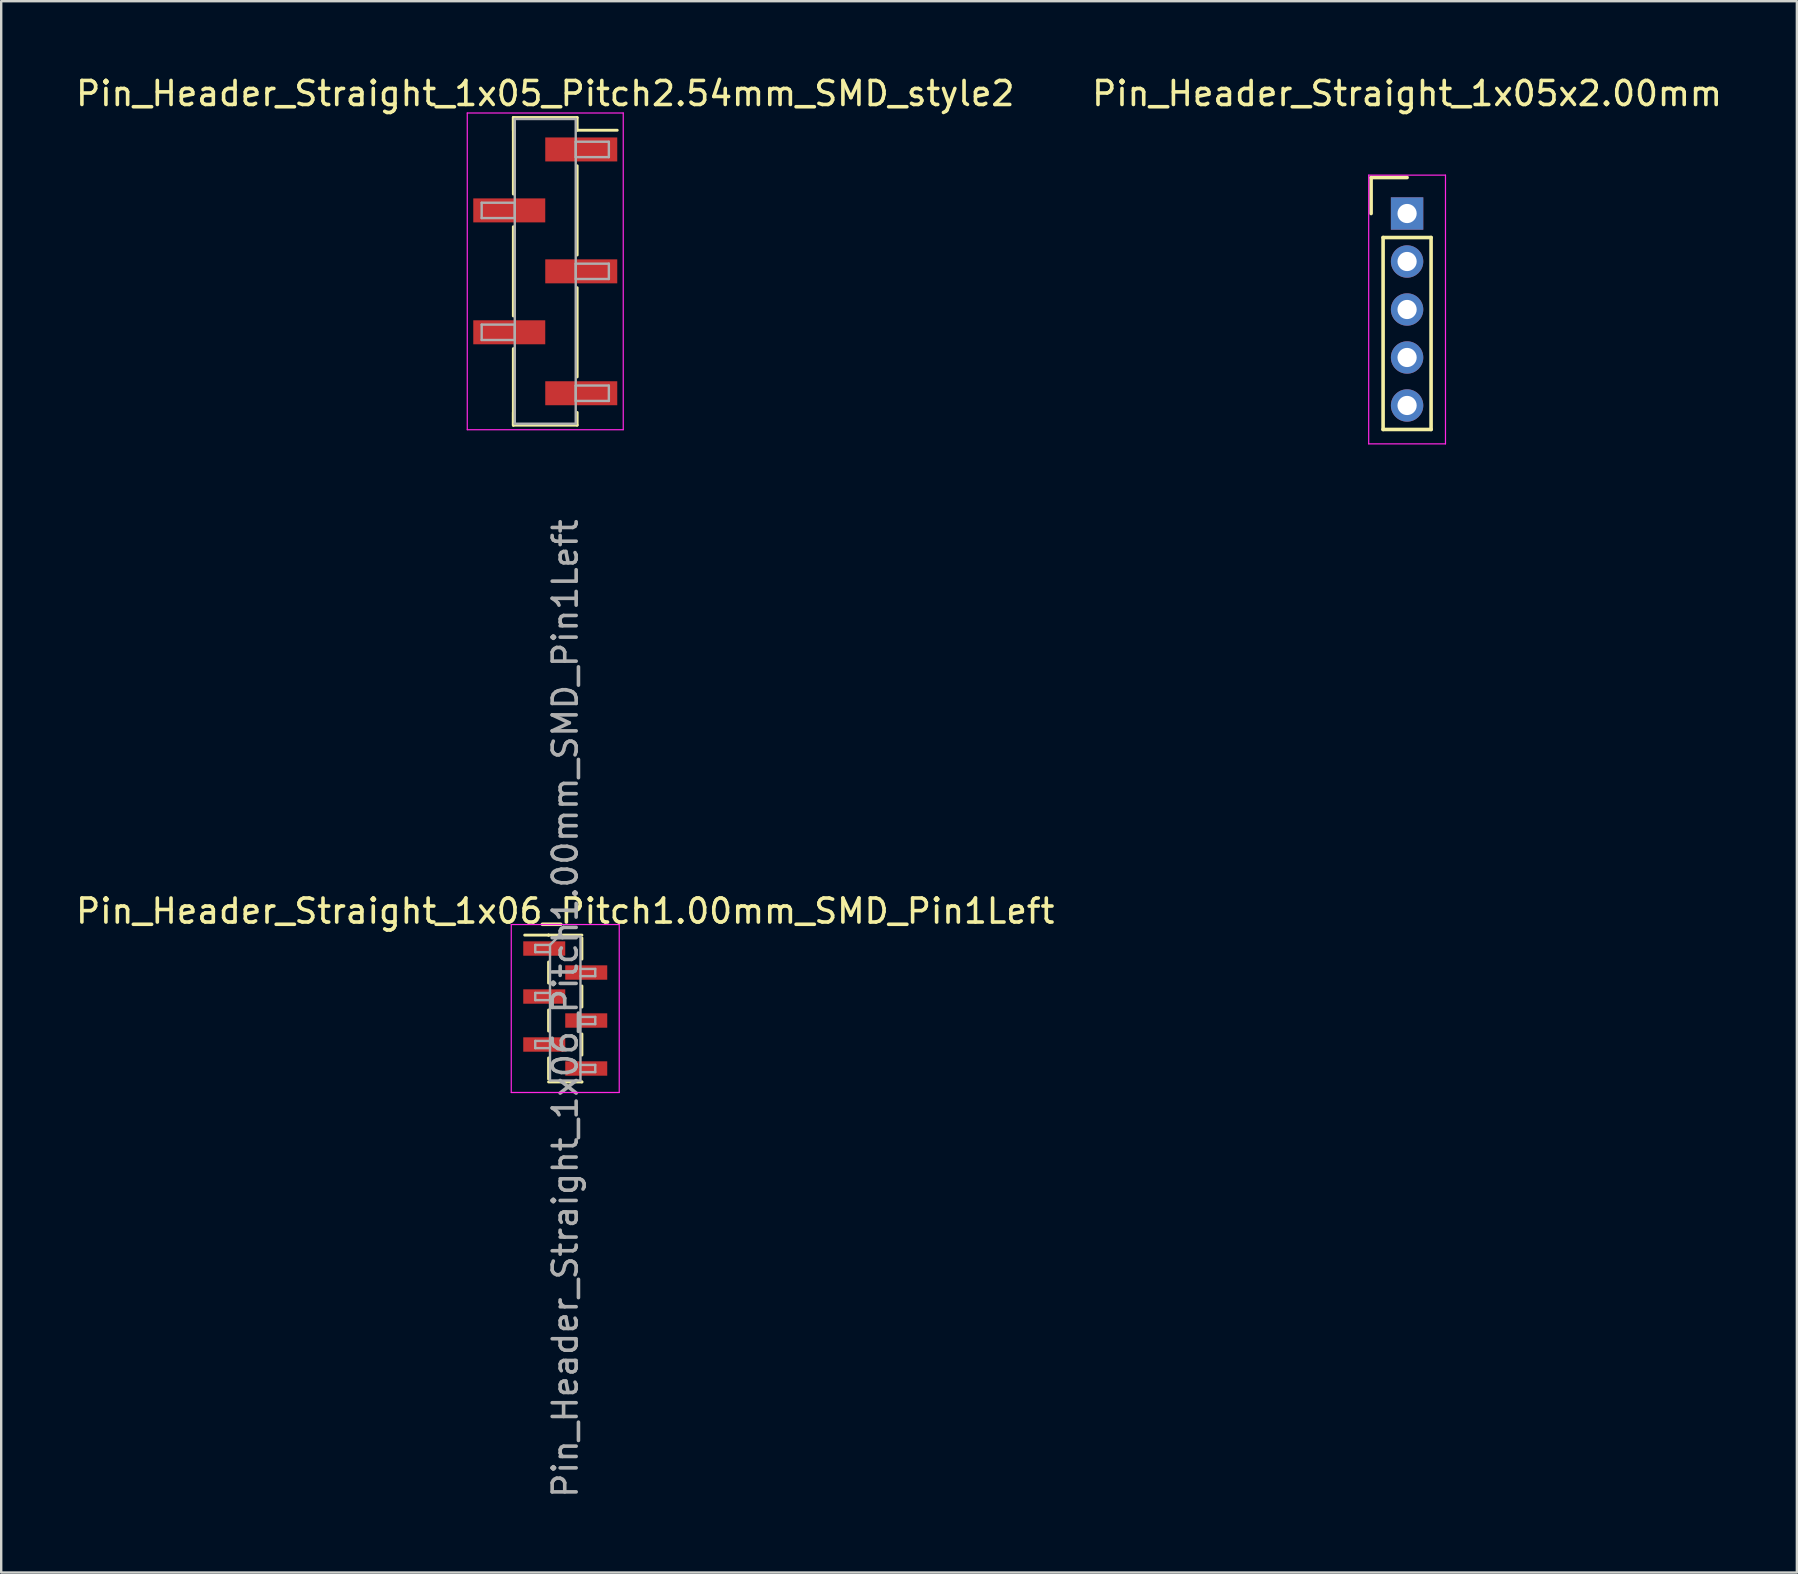
<source format=kicad_pcb>
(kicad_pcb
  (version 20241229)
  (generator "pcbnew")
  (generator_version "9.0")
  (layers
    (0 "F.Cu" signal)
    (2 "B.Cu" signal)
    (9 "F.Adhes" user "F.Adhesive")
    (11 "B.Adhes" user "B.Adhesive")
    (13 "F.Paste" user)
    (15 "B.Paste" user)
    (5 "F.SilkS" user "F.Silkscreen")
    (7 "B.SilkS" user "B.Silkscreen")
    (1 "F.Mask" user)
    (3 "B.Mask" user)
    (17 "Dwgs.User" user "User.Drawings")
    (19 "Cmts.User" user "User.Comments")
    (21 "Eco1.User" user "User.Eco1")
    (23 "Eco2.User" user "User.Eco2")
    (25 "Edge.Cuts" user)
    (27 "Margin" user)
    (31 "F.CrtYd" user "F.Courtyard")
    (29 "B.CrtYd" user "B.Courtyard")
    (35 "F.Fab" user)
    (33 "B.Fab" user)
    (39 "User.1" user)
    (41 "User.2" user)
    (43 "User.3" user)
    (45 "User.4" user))
  (footprint "Pin_Header_Straight_1x05_Pitch2.54mm_SMD_style2"
    (layer "F.Cu")
    (at 19.673 8.258)
    (property "Reference" "Pin_Header_Straight_1x05_Pitch2.54mm_SMD_style2" (at 0 -7.41 0) (layer "F.SilkS") (effects (font (size 1 1) (thickness 0.15))))
    (attr smd)
    (fp_line (start -1.33 -6.41) (end -1.33 -3.22) (stroke (width 0.12) (type solid)) (layer "F.SilkS"))
    (fp_line (start -1.33 -6.41) (end 1.33 -6.41) (stroke (width 0.12) (type solid)) (layer "F.SilkS"))
    (fp_line (start -1.33 -5.88) (end -1.33 -6.41) (stroke (width 0.12) (type solid)) (layer "F.SilkS"))
    (fp_line (start -1.33 -1.86) (end -1.33 1.86) (stroke (width 0.12) (type solid)) (layer "F.SilkS"))
    (fp_line (start -1.33 3.22) (end -1.33 6.41) (stroke (width 0.12) (type solid)) (layer "F.SilkS"))
    (fp_line (start -1.33 5.88) (end -1.33 6.41) (stroke (width 0.12) (type solid)) (layer "F.SilkS"))
    (fp_line (start -1.33 6.41) (end 1.33 6.41) (stroke (width 0.12) (type solid)) (layer "F.SilkS"))
    (fp_line (start 1.33 -6.41) (end 1.33 -5.88) (stroke (width 0.12) (type solid)) (layer "F.SilkS"))
    (fp_line (start 1.33 -5.88) (end 3 -5.88) (stroke (width 0.12) (type solid)) (layer "F.SilkS"))
    (fp_line (start 1.33 -4.4) (end 1.33 -0.68) (stroke (width 0.12) (type solid)) (layer "F.SilkS"))
    (fp_line (start 1.33 0.68) (end 1.33 4.4) (stroke (width 0.12) (type solid)) (layer "F.SilkS"))
    (fp_line (start 1.33 6.41) (end 1.33 5.88) (stroke (width 0.12) (type solid)) (layer "F.SilkS"))
    (fp_line (start -3.25 -6.6) (end -3.25 6.6) (stroke (width 0.05) (type solid)) (layer "F.CrtYd"))
    (fp_line (start -3.25 6.6) (end 3.25 6.6) (stroke (width 0.05) (type solid)) (layer "F.CrtYd"))
    (fp_line (start 3.25 -6.6) (end -3.25 -6.6) (stroke (width 0.05) (type solid)) (layer "F.CrtYd"))
    (fp_line (start 3.25 6.6) (end 3.25 -6.6) (stroke (width 0.05) (type solid)) (layer "F.CrtYd"))
    (fp_line (start -2.65 -2.86) (end -1.27 -2.86) (stroke (width 0.1) (type solid)) (layer "F.Fab"))
    (fp_line (start -2.65 -2.22) (end -2.65 -2.86) (stroke (width 0.1) (type solid)) (layer "F.Fab"))
    (fp_line (start -2.65 2.22) (end -1.27 2.22) (stroke (width 0.1) (type solid)) (layer "F.Fab"))
    (fp_line (start -2.65 2.86) (end -2.65 2.22) (stroke (width 0.1) (type solid)) (layer "F.Fab"))
    (fp_line (start -1.27 -6.35) (end -1.27 6.35) (stroke (width 0.1) (type solid)) (layer "F.Fab"))
    (fp_line (start -1.27 -2.86) (end -1.27 -2.22) (stroke (width 0.1) (type solid)) (layer "F.Fab"))
    (fp_line (start -1.27 -2.22) (end -2.65 -2.22) (stroke (width 0.1) (type solid)) (layer "F.Fab"))
    (fp_line (start -1.27 2.22) (end -1.27 2.86) (stroke (width 0.1) (type solid)) (layer "F.Fab"))
    (fp_line (start -1.27 2.86) (end -2.65 2.86) (stroke (width 0.1) (type solid)) (layer "F.Fab"))
    (fp_line (start -1.27 6.35) (end 1.27 6.35) (stroke (width 0.1) (type solid)) (layer "F.Fab"))
    (fp_line (start 1.27 -6.35) (end -1.27 -6.35) (stroke (width 0.1) (type solid)) (layer "F.Fab"))
    (fp_line (start 1.27 -5.4) (end 1.27 -4.76) (stroke (width 0.1) (type solid)) (layer "F.Fab"))
    (fp_line (start 1.27 -4.76) (end 2.65 -4.76) (stroke (width 0.1) (type solid)) (layer "F.Fab"))
    (fp_line (start 1.27 -0.32) (end 1.27 0.32) (stroke (width 0.1) (type solid)) (layer "F.Fab"))
    (fp_line (start 1.27 0.32) (end 2.65 0.32) (stroke (width 0.1) (type solid)) (layer "F.Fab"))
    (fp_line (start 1.27 4.76) (end 1.27 5.4) (stroke (width 0.1) (type solid)) (layer "F.Fab"))
    (fp_line (start 1.27 5.4) (end 2.65 5.4) (stroke (width 0.1) (type solid)) (layer "F.Fab"))
    (fp_line (start 1.27 6.35) (end 1.27 -6.35) (stroke (width 0.1) (type solid)) (layer "F.Fab"))
    (fp_line (start 2.65 -5.4) (end 1.27 -5.4) (stroke (width 0.1) (type solid)) (layer "F.Fab"))
    (fp_line (start 2.65 -4.76) (end 2.65 -5.4) (stroke (width 0.1) (type solid)) (layer "F.Fab"))
    (fp_line (start 2.65 -0.32) (end 1.27 -0.32) (stroke (width 0.1) (type solid)) (layer "F.Fab"))
    (fp_line (start 2.65 0.32) (end 2.65 -0.32) (stroke (width 0.1) (type solid)) (layer "F.Fab"))
    (fp_line (start 2.65 4.76) (end 1.27 4.76) (stroke (width 0.1) (type solid)) (layer "F.Fab"))
    (fp_line (start 2.65 5.4) (end 2.65 4.76) (stroke (width 0.1) (type solid)) (layer "F.Fab"))
    (pad "1" smd rect (at 1.5 -5.08) (size 3 1) (layers "F.Cu" "F.Mask"))
    (pad "2" smd rect (at -1.5 -2.54) (size 3 1) (layers "F.Cu" "F.Mask"))
    (pad "3" smd rect (at 1.5 0) (size 3 1) (layers "F.Cu" "F.Mask"))
    (pad "4" smd rect (at -1.5 2.54) (size 3 1) (layers "F.Cu" "F.Mask"))
    (pad "5" smd rect (at 1.5 5.08) (size 3 1) (layers "F.Cu" "F.Mask")))
  (footprint "Pin_Header_Straight_1x06_Pitch1.00mm_SMD_Pin1Left"
    (layer "F.Cu")
    (at 20.506 38.979)
    (property "Reference" "Pin_Header_Straight_1x06_Pitch1.00mm_SMD_Pin1Left" (at 0 -4.06 0) (layer "F.SilkS") (effects (font (size 1 1) (thickness 0.15))))
    (attr smd)
    (fp_line (start -0.695 -3.06) (end -1.69 -3.06) (stroke (width 0.12) (type solid)) (layer "F.SilkS"))
    (fp_line (start -0.695 -3.06) (end -0.695 -3.06) (stroke (width 0.12) (type solid)) (layer "F.SilkS"))
    (fp_line (start -0.695 -3.06) (end 0.695 -3.06) (stroke (width 0.12) (type solid)) (layer "F.SilkS"))
    (fp_line (start -0.695 -1.94) (end -0.695 -1.06) (stroke (width 0.12) (type solid)) (layer "F.SilkS"))
    (fp_line (start -0.695 0.06) (end -0.695 0.94) (stroke (width 0.12) (type solid)) (layer "F.SilkS"))
    (fp_line (start -0.695 2.06) (end -0.695 2.94) (stroke (width 0.12) (type solid)) (layer "F.SilkS"))
    (fp_line (start -0.695 3.06) (end 0.695 3.06) (stroke (width 0.12) (type solid)) (layer "F.SilkS"))
    (fp_line (start 0.695 -2.94) (end 0.695 -2.06) (stroke (width 0.12) (type solid)) (layer "F.SilkS"))
    (fp_line (start 0.695 -0.94) (end 0.695 -0.06) (stroke (width 0.12) (type solid)) (layer "F.SilkS"))
    (fp_line (start 0.695 1.06) (end 0.695 1.94) (stroke (width 0.12) (type solid)) (layer "F.SilkS"))
    (fp_line (start 0.695 3.06) (end 0.695 3.06) (stroke (width 0.12) (type solid)) (layer "F.SilkS"))
    (fp_line (start -2.25 -3.5) (end -2.25 3.5) (stroke (width 0.05) (type solid)) (layer "F.CrtYd"))
    (fp_line (start -2.25 3.5) (end 2.25 3.5) (stroke (width 0.05) (type solid)) (layer "F.CrtYd"))
    (fp_line (start 2.25 -3.5) (end -2.25 -3.5) (stroke (width 0.05) (type solid)) (layer "F.CrtYd"))
    (fp_line (start 2.25 3.5) (end 2.25 -3.5) (stroke (width 0.05) (type solid)) (layer "F.CrtYd"))
    (fp_line (start -1.25 -2.65) (end -1.25 -2.35) (stroke (width 0.1) (type solid)) (layer "F.Fab"))
    (fp_line (start -1.25 -2.35) (end -0.635 -2.35) (stroke (width 0.1) (type solid)) (layer "F.Fab"))
    (fp_line (start -1.25 -0.65) (end -1.25 -0.35) (stroke (width 0.1) (type solid)) (layer "F.Fab"))
    (fp_line (start -1.25 -0.35) (end -0.635 -0.35) (stroke (width 0.1) (type solid)) (layer "F.Fab"))
    (fp_line (start -1.25 1.35) (end -1.25 1.65) (stroke (width 0.1) (type solid)) (layer "F.Fab"))
    (fp_line (start -1.25 1.65) (end -0.635 1.65) (stroke (width 0.1) (type solid)) (layer "F.Fab"))
    (fp_line (start -0.635 -2.65) (end -1.25 -2.65) (stroke (width 0.1) (type solid)) (layer "F.Fab"))
    (fp_line (start -0.635 -2.65) (end -0.285 -3) (stroke (width 0.1) (type solid)) (layer "F.Fab"))
    (fp_line (start -0.635 -0.65) (end -1.25 -0.65) (stroke (width 0.1) (type solid)) (layer "F.Fab"))
    (fp_line (start -0.635 1.35) (end -1.25 1.35) (stroke (width 0.1) (type solid)) (layer "F.Fab"))
    (fp_line (start -0.635 3) (end -0.635 -2.65) (stroke (width 0.1) (type solid)) (layer "F.Fab"))
    (fp_line (start -0.285 -3) (end 0.635 -3) (stroke (width 0.1) (type solid)) (layer "F.Fab"))
    (fp_line (start 0.635 -3) (end 0.635 3) (stroke (width 0.1) (type solid)) (layer "F.Fab"))
    (fp_line (start 0.635 -1.65) (end 1.25 -1.65) (stroke (width 0.1) (type solid)) (layer "F.Fab"))
    (fp_line (start 0.635 0.35) (end 1.25 0.35) (stroke (width 0.1) (type solid)) (layer "F.Fab"))
    (fp_line (start 0.635 2.35) (end 1.25 2.35) (stroke (width 0.1) (type solid)) (layer "F.Fab"))
    (fp_line (start 0.635 3) (end -0.635 3) (stroke (width 0.1) (type solid)) (layer "F.Fab"))
    (fp_line (start 1.25 -1.65) (end 1.25 -1.35) (stroke (width 0.1) (type solid)) (layer "F.Fab"))
    (fp_line (start 1.25 -1.35) (end 0.635 -1.35) (stroke (width 0.1) (type solid)) (layer "F.Fab"))
    (fp_line (start 1.25 0.35) (end 1.25 0.65) (stroke (width 0.1) (type solid)) (layer "F.Fab"))
    (fp_line (start 1.25 0.65) (end 0.635 0.65) (stroke (width 0.1) (type solid)) (layer "F.Fab"))
    (fp_line (start 1.25 2.35) (end 1.25 2.65) (stroke (width 0.1) (type solid)) (layer "F.Fab"))
    (fp_line (start 1.25 2.65) (end 0.635 2.65) (stroke (width 0.1) (type solid)) (layer "F.Fab"))
    (fp_text user "${REFERENCE}" (at 0 0 90) (layer "F.Fab") (effects (font (size 1 1) (thickness 0.15))))
    (pad "1" smd rect (at -0.875 -2.5) (size 1.75 0.6) (layers "F.Cu" "F.Mask" "F.Paste"))
    (pad "2" smd rect (at 0.875 -1.5) (size 1.75 0.6) (layers "F.Cu" "F.Mask" "F.Paste"))
    (pad "3" smd rect (at -0.875 -0.5) (size 1.75 0.6) (layers "F.Cu" "F.Mask" "F.Paste"))
    (pad "4" smd rect (at 0.875 0.5) (size 1.75 0.6) (layers "F.Cu" "F.Mask" "F.Paste"))
    (pad "5" smd rect (at -0.875 1.5) (size 1.75 0.6) (layers "F.Cu" "F.Mask" "F.Paste"))
    (pad "6" smd rect (at 0.875 2.5) (size 1.75 0.6) (layers "F.Cu" "F.Mask" "F.Paste")))
  (footprint "Pin_Header_Straight_1x05x2.00mm"
    (layer "F.Cu")
    (at 55.589 5.848)
    (property "Reference" "Pin_Header_Straight_1x05x2.00mm" (at 0 -5 0) (layer "F.SilkS") (effects (font (size 1 1) (thickness 0.15))))
    (attr through_hole)
    (fp_line (start -1.5 -1.5) (end 0 -1.5) (stroke (width 0.15) (type solid)) (layer "F.SilkS"))
    (fp_line (start -1.5 0) (end -1.5 -1.5) (stroke (width 0.15) (type solid)) (layer "F.SilkS"))
    (fp_line (start -1 1) (end 1 1) (stroke (width 0.15) (type solid)) (layer "F.SilkS"))
    (fp_line (start -1 9) (end -1 1) (stroke (width 0.15) (type solid)) (layer "F.SilkS"))
    (fp_line (start 1 1) (end 1 9) (stroke (width 0.15) (type solid)) (layer "F.SilkS"))
    (fp_line (start 1 9) (end -1 9) (stroke (width 0.15) (type solid)) (layer "F.SilkS"))
    (fp_line (start -1.6 -1.6) (end 1.6 -1.6) (stroke (width 0.05) (type solid)) (layer "F.CrtYd"))
    (fp_line (start -1.6 9.6) (end -1.6 -1.6) (stroke (width 0.05) (type solid)) (layer "F.CrtYd"))
    (fp_line (start 1.6 -1.6) (end 1.6 9.6) (stroke (width 0.05) (type solid)) (layer "F.CrtYd"))
    (fp_line (start 1.6 9.6) (end -1.6 9.6) (stroke (width 0.05) (type solid)) (layer "F.CrtYd"))
    (pad "1" thru_hole rect (at 0 0) (size 1.35 1.35) (drill 0.8) (layers "*.Cu" "*.Mask"))
    (pad "2" thru_hole circle (at 0 2) (size 1.35 1.35) (drill 0.8) (layers "*.Cu" "*.Mask"))
    (pad "3" thru_hole circle (at 0 4) (size 1.35 1.35) (drill 0.8) (layers "*.Cu" "*.Mask"))
    (pad "4" thru_hole circle (at 0 6) (size 1.35 1.35) (drill 0.8) (layers "*.Cu" "*.Mask"))
    (pad "5" thru_hole circle (at 0 8) (size 1.35 1.35) (drill 0.8) (layers "*.Cu" "*.Mask")))
  (gr_rect
    (start -3 -3)
    (end 71.833 62.485)
    (stroke (width 0.1) (type default))
    (fill no)
    (layer "Edge.Cuts")))
</source>
